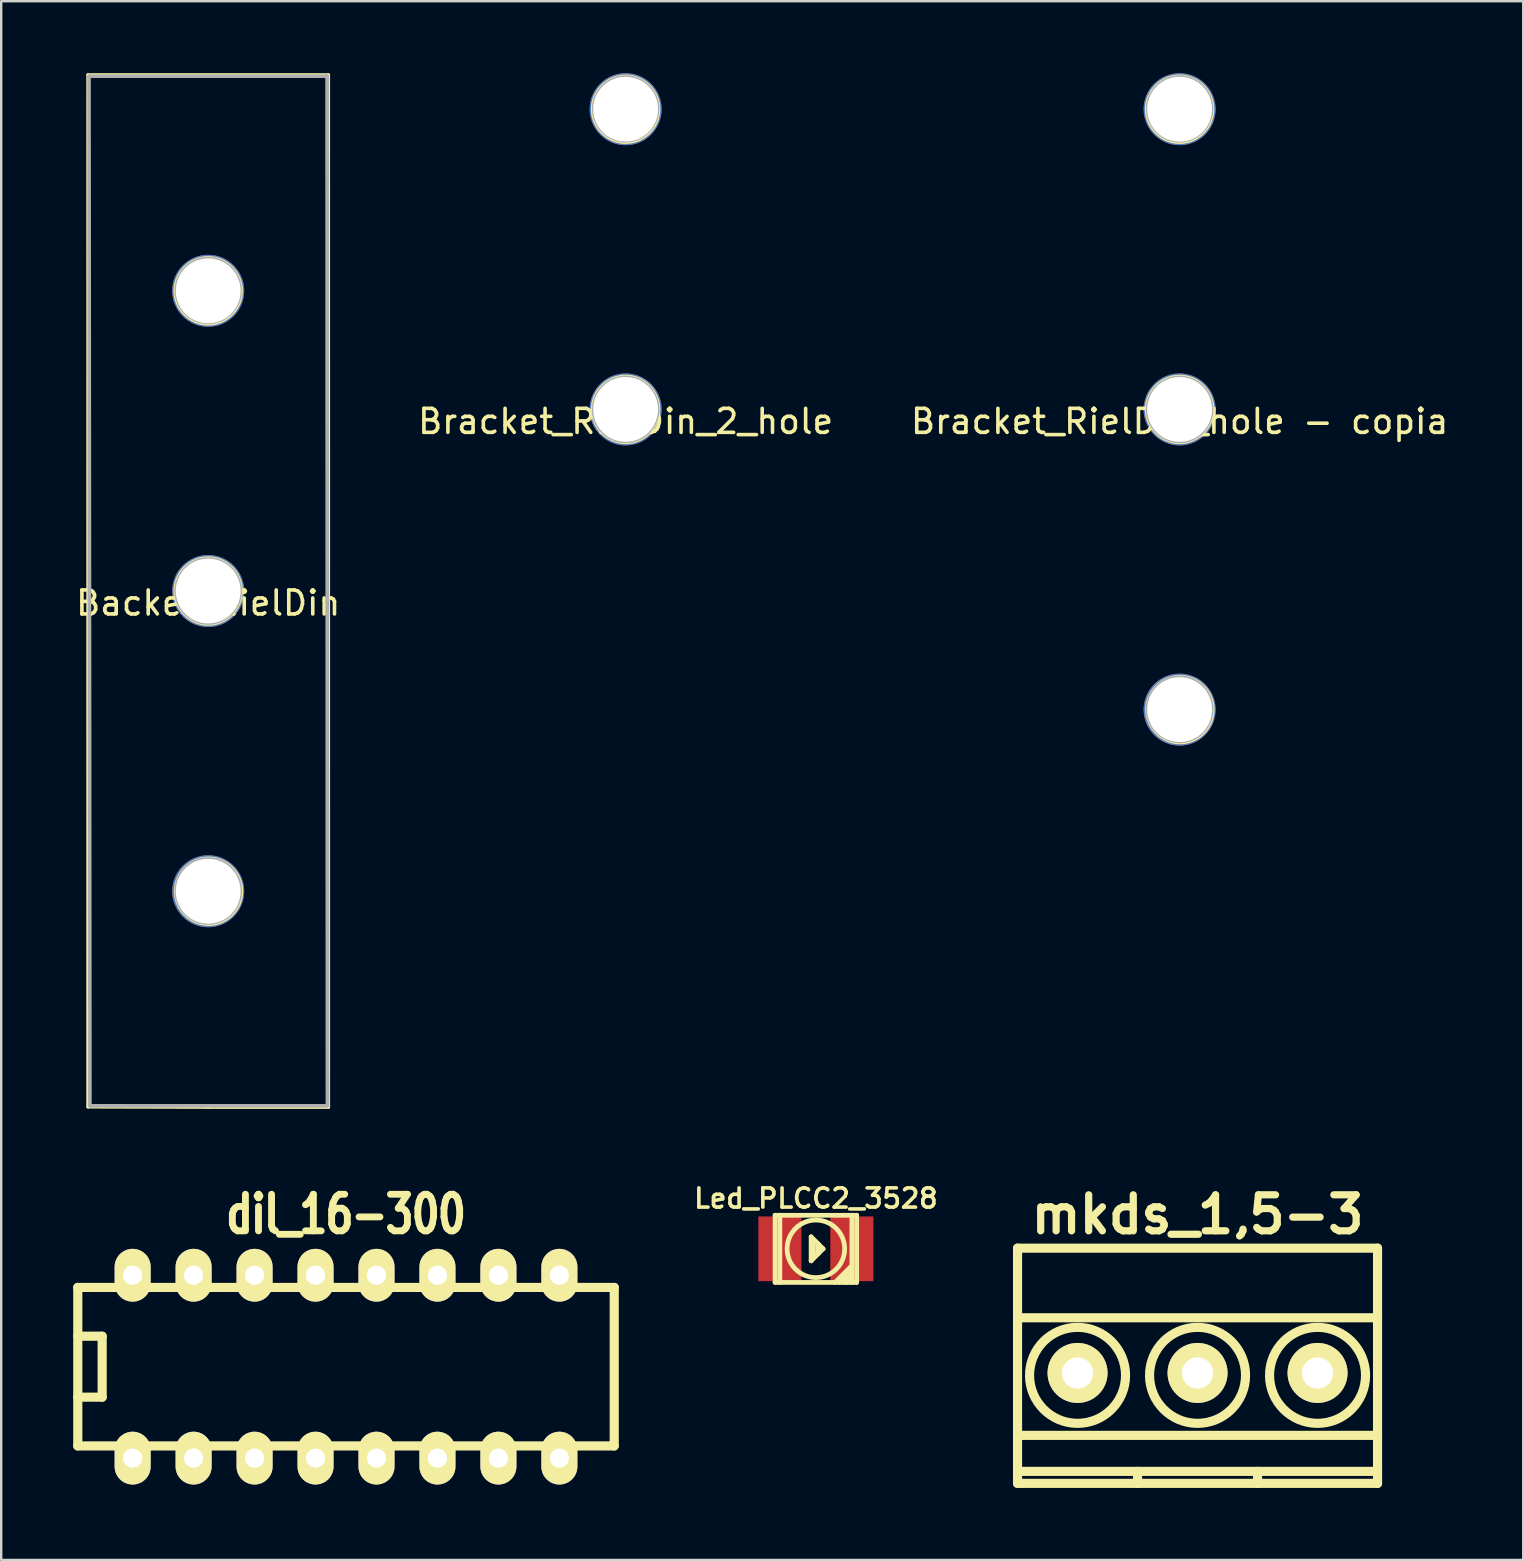
<source format=kicad_pcb>
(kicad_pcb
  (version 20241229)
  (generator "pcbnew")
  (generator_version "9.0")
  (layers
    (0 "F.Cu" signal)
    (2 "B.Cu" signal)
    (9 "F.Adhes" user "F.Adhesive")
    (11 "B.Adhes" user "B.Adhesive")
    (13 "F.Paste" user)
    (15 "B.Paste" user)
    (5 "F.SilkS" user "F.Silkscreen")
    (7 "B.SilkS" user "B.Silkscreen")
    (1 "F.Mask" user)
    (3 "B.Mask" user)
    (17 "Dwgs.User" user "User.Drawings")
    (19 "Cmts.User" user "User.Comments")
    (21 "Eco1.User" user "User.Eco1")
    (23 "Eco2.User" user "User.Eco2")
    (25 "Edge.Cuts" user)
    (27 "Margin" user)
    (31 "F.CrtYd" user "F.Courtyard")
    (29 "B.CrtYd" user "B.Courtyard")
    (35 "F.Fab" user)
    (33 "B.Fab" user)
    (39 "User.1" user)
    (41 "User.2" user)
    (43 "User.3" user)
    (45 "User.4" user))
  (footprint "Led_PLCC2_3528"
    (layer "F.Cu")
    (at 30.945 48.984)
    (property "Reference" "Led_PLCC2_3528" (at 0 -2.101 0) (layer "F.SilkS") (effects (font (size 0.8 0.8) (thickness 0.15))))
    (attr through_hole)
    (fp_line (start -1.699 -1.4) (end -1.699 1.4) (stroke (width 0.198) (type solid)) (layer "F.SilkS"))
    (fp_line (start -1.699 1.4) (end 1.699 1.4) (stroke (width 0.198) (type solid)) (layer "F.SilkS"))
    (fp_line (start -1.501 -1.4) (end -1.501 1.4) (stroke (width 0.198) (type solid)) (layer "F.SilkS"))
    (fp_line (start -0.198 -0.5) (end -0.198 0.5) (stroke (width 0.198) (type solid)) (layer "F.SilkS"))
    (fp_line (start -0.198 0.5) (end 0.3 0) (stroke (width 0.198) (type solid)) (layer "F.SilkS"))
    (fp_line (start -0.099 0.3) (end -0.099 -0.3) (stroke (width 0.198) (type solid)) (layer "F.SilkS"))
    (fp_line (start 0.099 0.201) (end 0.099 -0.201) (stroke (width 0.198) (type solid)) (layer "F.SilkS"))
    (fp_line (start 0.3 0) (end -0.198 -0.5) (stroke (width 0.198) (type solid)) (layer "F.SilkS"))
    (fp_line (start 0.8 1.4) (end 1.499 0.701) (stroke (width 0.198) (type solid)) (layer "F.SilkS"))
    (fp_line (start 0.998 1.4) (end 1.499 0.899) (stroke (width 0.198) (type solid)) (layer "F.SilkS"))
    (fp_line (start 1.199 1.4) (end 1.499 1.1) (stroke (width 0.198) (type solid)) (layer "F.SilkS"))
    (fp_line (start 1.499 1.199) (end 1.3 1.4) (stroke (width 0.198) (type solid)) (layer "F.SilkS"))
    (fp_line (start 1.501 1.4) (end 1.501 -1.4) (stroke (width 0.198) (type solid)) (layer "F.SilkS"))
    (fp_line (start 1.699 -1.397) (end -1.699 -1.397) (stroke (width 0.198) (type solid)) (layer "F.SilkS"))
    (fp_line (start 1.699 1.4) (end 1.699 -1.4) (stroke (width 0.198) (type solid)) (layer "F.SilkS"))
    (fp_circle (center 0 0) (end -1.199 0) (stroke (width 0.198) (type solid)) (fill no) (layer "F.SilkS"))
    (pad "1" smd rect (at -1.499 0) (size 1.796 2.697) (layers "F.Cu" "F.Mask" "F.Paste"))
    (pad "2" smd rect (at 1.499 0) (size 1.796 2.697) (layers "F.Cu" "F.Mask" "F.Paste")))
  (footprint "Backet_RielDin"
    (layer "F.Cu")
    (at 5.625 21.576)
    (property "Reference" "Backet_RielDin" (at 0 0.5 0) (layer "F.SilkS") (effects (font (size 1 1) (thickness 0.15))))
    (attr through_hole)
    (fp_line (start -5.004 -21.501) (end -5.004 21.488) (stroke (width 0.15) (type solid)) (layer "F.SilkS"))
    (fp_line (start -5.004 21.488) (end 0 21.501) (stroke (width 0.15) (type solid)) (layer "F.SilkS"))
    (fp_line (start 0 21.501) (end 5.004 21.501) (stroke (width 0.15) (type solid)) (layer "F.SilkS"))
    (fp_line (start 5.004 -21.501) (end -5.004 -21.501) (stroke (width 0.15) (type solid)) (layer "F.SilkS"))
    (fp_line (start 5.004 21.501) (end 5.004 -21.501) (stroke (width 0.15) (type solid)) (layer "F.SilkS"))
    (fp_circle (center 0 -12.509) (end 1.372 -12.471) (stroke (width 0.15) (type solid)) (fill no) (layer "F.SilkS"))
    (fp_circle (center 0 0) (end 1.372 0.038) (stroke (width 0.15) (type solid)) (fill no) (layer "F.SilkS"))
    (fp_circle (center 0.013 12.509) (end 1.384 12.509) (stroke (width 0.15) (type solid)) (fill no) (layer "F.SilkS"))
    (fp_line (start -4.966 -21.45) (end 4.953 -21.45) (stroke (width 0.15) (type solid)) (layer "F.Fab"))
    (fp_line (start -4.928 21.45) (end -4.966 -21.45) (stroke (width 0.15) (type solid)) (layer "F.Fab"))
    (fp_line (start 4.953 -21.463) (end 4.966 21.438) (stroke (width 0.15) (type solid)) (layer "F.Fab"))
    (fp_line (start 4.966 21.45) (end -4.928 21.45) (stroke (width 0.15) (type solid)) (layer "F.Fab"))
    (fp_circle (center 0 -12.522) (end 1.329 -12.522) (stroke (width 0.15) (type solid)) (fill no) (layer "F.Fab"))
    (fp_circle (center 0 0) (end 0.025 -0.013) (stroke (width 0.15) (type solid)) (fill no) (layer "F.Fab"))
    (fp_circle (center 0 0) (end 1.333 0) (stroke (width 0.15) (type solid)) (fill no) (layer "F.Fab"))
    (fp_circle (center 0 12.497) (end 1.337 12.497) (stroke (width 0.15) (type solid)) (fill no) (layer "F.Fab"))
    (pad "1" thru_hole circle (at 0 -12.509) (size 3 3) (drill 2.7) (layers "*.Cu" "*.Mask"))
    (pad "2" thru_hole circle (at 0 0) (size 3 3) (drill 2.7) (layers "*.Cu" "*.Mask"))
    (pad "3" thru_hole circle (at 0 12.509) (size 3 3) (drill 2.7) (layers "*.Cu" "*.Mask")))
  (footprint "dil_16-300"
    (layer "F.Cu")
    (at 11.367 53.895)
    (property "Reference" "dil_16-300" (at 0 -6.35 0) (layer "F.SilkS") (effects (font (size 1.524 1.143) (thickness 0.287))))
    (attr through_hole)
    (fp_line (start -11.176 -3.302) (end 11.176 -3.302) (stroke (width 0.381) (type solid)) (layer "F.SilkS"))
    (fp_line (start -11.176 3.302) (end -11.176 -3.302) (stroke (width 0.381) (type solid)) (layer "F.SilkS"))
    (fp_line (start -10.16 -1.27) (end -11.176 -1.27) (stroke (width 0.381) (type solid)) (layer "F.SilkS"))
    (fp_line (start -10.16 -1.27) (end -10.16 1.27) (stroke (width 0.381) (type solid)) (layer "F.SilkS"))
    (fp_line (start -10.16 1.27) (end -11.176 1.27) (stroke (width 0.381) (type solid)) (layer "F.SilkS"))
    (fp_line (start 11.176 -3.302) (end 11.176 3.302) (stroke (width 0.381) (type solid)) (layer "F.SilkS"))
    (fp_line (start 11.176 3.302) (end -11.176 3.302) (stroke (width 0.381) (type solid)) (layer "F.SilkS"))
    (pad "1" thru_hole oval (at -8.89 3.81) (size 1.501 2.2) (drill 0.8) (layers "*.Cu" "*.Mask" "F.SilkS"))
    (pad "2" thru_hole oval (at -6.35 3.81) (size 1.501 2.2) (drill 0.8) (layers "*.Cu" "*.Mask" "F.SilkS"))
    (pad "3" thru_hole oval (at -3.81 3.81) (size 1.501 2.2) (drill 0.8) (layers "*.Cu" "*.Mask" "F.SilkS"))
    (pad "4" thru_hole oval (at -1.27 3.81) (size 1.501 2.2) (drill 0.8) (layers "*.Cu" "*.Mask" "F.SilkS"))
    (pad "5" thru_hole oval (at 1.27 3.81) (size 1.501 2.2) (drill 0.8) (layers "*.Cu" "*.Mask" "F.SilkS"))
    (pad "6" thru_hole oval (at 3.81 3.81) (size 1.501 2.2) (drill 0.8) (layers "*.Cu" "*.Mask" "F.SilkS"))
    (pad "7" thru_hole oval (at 6.35 3.81) (size 1.501 2.2) (drill 0.8) (layers "*.Cu" "*.Mask" "F.SilkS"))
    (pad "8" thru_hole oval (at 8.89 3.81) (size 1.501 2.2) (drill 0.8) (layers "*.Cu" "*.Mask" "F.SilkS"))
    (pad "9" thru_hole oval (at 8.89 -3.81) (size 1.501 2.2) (drill 0.8) (layers "*.Cu" "*.Mask" "F.SilkS"))
    (pad "10" thru_hole oval (at 6.35 -3.81) (size 1.501 2.2) (drill 0.8) (layers "*.Cu" "*.Mask" "F.SilkS"))
    (pad "11" thru_hole oval (at 3.81 -3.81) (size 1.501 2.2) (drill 0.8) (layers "*.Cu" "*.Mask" "F.SilkS"))
    (pad "12" thru_hole oval (at 1.27 -3.81) (size 1.501 2.2) (drill 0.8) (layers "*.Cu" "*.Mask" "F.SilkS"))
    (pad "13" thru_hole oval (at -1.27 -3.81) (size 1.501 2.2) (drill 0.8) (layers "*.Cu" "*.Mask" "F.SilkS"))
    (pad "14" thru_hole oval (at -3.81 -3.81) (size 1.501 2.2) (drill 0.8) (layers "*.Cu" "*.Mask" "F.SilkS"))
    (pad "15" thru_hole oval (at -6.35 -3.81) (size 1.501 2.2) (drill 0.8) (layers "*.Cu" "*.Mask" "F.SilkS"))
    (pad "16" thru_hole oval (at -8.89 -3.81) (size 1.501 2.2) (drill 0.8) (layers "*.Cu" "*.Mask" "F.SilkS")))
  (footprint "Bracket_RielDin_2_hole"
    (layer "F.Cu")
    (at 23.018 14.009)
    (property "Reference" "Bracket_RielDin_2_hole" (at 0 0.5 0) (layer "F.SilkS") (effects (font (size 1 1) (thickness 0.15))))
    (attr through_hole)
    (fp_circle (center 0 -12.509) (end 1.372 -12.471) (stroke (width 0.15) (type solid)) (fill no) (layer "F.SilkS"))
    (fp_circle (center 0 0) (end 1.372 0.038) (stroke (width 0.15) (type solid)) (fill no) (layer "F.SilkS"))
    (fp_circle (center 0 -12.522) (end 1.329 -12.522) (stroke (width 0.15) (type solid)) (fill no) (layer "F.Fab"))
    (fp_circle (center 0 0) (end 0.025 -0.013) (stroke (width 0.15) (type solid)) (fill no) (layer "F.Fab"))
    (fp_circle (center 0 0) (end 1.333 0) (stroke (width 0.15) (type solid)) (fill no) (layer "F.Fab"))
    (pad "1" thru_hole circle (at 0 -12.509) (size 3 3) (drill 2.7) (layers "*.Cu" "*.Mask"))
    (pad "2" thru_hole circle (at 0 0) (size 3 3) (drill 2.7) (layers "*.Cu" "*.Mask")))
  (footprint "mkds_1,5-3"
    (layer "F.Cu")
    (at 46.848 54.156)
    (property "Reference" "mkds_1,5-3" (at 0 -6.6 0) (layer "F.SilkS") (effects (font (size 1.5 1.5) (thickness 0.3))))
    (attr through_hole)
    (fp_line (start -7.5 -5.2) (end -7.5 4.6) (stroke (width 0.381) (type solid)) (layer "F.SilkS"))
    (fp_line (start -7.5 -2.3) (end 7.5 -2.3) (stroke (width 0.381) (type solid)) (layer "F.SilkS"))
    (fp_line (start -7.5 2.6) (end 7.5 2.6) (stroke (width 0.381) (type solid)) (layer "F.SilkS"))
    (fp_line (start -7.5 4.1) (end 7.5 4.1) (stroke (width 0.381) (type solid)) (layer "F.SilkS"))
    (fp_line (start -7.5 4.6) (end 7.5 4.6) (stroke (width 0.381) (type solid)) (layer "F.SilkS"))
    (fp_line (start -2.5 4.1) (end -2.5 4.6) (stroke (width 0.381) (type solid)) (layer "F.SilkS"))
    (fp_line (start 2.5 4.1) (end 2.5 4.6) (stroke (width 0.381) (type solid)) (layer "F.SilkS"))
    (fp_line (start 7.5 -5.2) (end -7.5 -5.2) (stroke (width 0.381) (type solid)) (layer "F.SilkS"))
    (fp_line (start 7.5 4.6) (end 7.5 -5.2) (stroke (width 0.381) (type solid)) (layer "F.SilkS"))
    (fp_circle (center -5 0.1) (end -3 0.1) (stroke (width 0.381) (type solid)) (fill no) (layer "F.SilkS"))
    (fp_circle (center 0 0.1) (end -2 0.1) (stroke (width 0.381) (type solid)) (fill no) (layer "F.SilkS"))
    (fp_circle (center 5 0.1) (end 3 0.1) (stroke (width 0.381) (type solid)) (fill no) (layer "F.SilkS"))
    (pad "1" thru_hole circle (at -5 0) (size 2.5 2.5) (drill 1.3) (layers "*.Cu" "*.Mask" "F.SilkS"))
    (pad "2" thru_hole circle (at 0 0) (size 2.5 2.5) (drill 1.3) (layers "*.Cu" "*.Mask" "F.SilkS"))
    (pad "3" thru_hole circle (at 5 0) (size 2.5 2.5) (drill 1.3) (layers "*.Cu" "*.Mask" "F.SilkS")))
  (footprint "Bracket_RielDin_hole - copia"
    (layer "F.Cu")
    (at 46.101 14.009)
    (property "Reference" "Bracket_RielDin_hole - copia" (at 0 0.5 0) (layer "F.SilkS") (effects (font (size 1 1) (thickness 0.15))))
    (attr through_hole)
    (fp_circle (center 0 -12.509) (end 1.372 -12.471) (stroke (width 0.15) (type solid)) (fill no) (layer "F.SilkS"))
    (fp_circle (center 0 0) (end 1.372 0.038) (stroke (width 0.15) (type solid)) (fill no) (layer "F.SilkS"))
    (fp_circle (center 0.013 12.509) (end 1.384 12.509) (stroke (width 0.15) (type solid)) (fill no) (layer "F.SilkS"))
    (fp_circle (center 0 -12.522) (end 1.329 -12.522) (stroke (width 0.15) (type solid)) (fill no) (layer "F.Fab"))
    (fp_circle (center 0 0) (end 0.025 -0.013) (stroke (width 0.15) (type solid)) (fill no) (layer "F.Fab"))
    (fp_circle (center 0 0) (end 1.333 0) (stroke (width 0.15) (type solid)) (fill no) (layer "F.Fab"))
    (fp_circle (center 0 12.497) (end 1.337 12.497) (stroke (width 0.15) (type solid)) (fill no) (layer "F.Fab"))
    (pad "1" thru_hole circle (at 0 -12.509) (size 3 3) (drill 2.7) (layers "*.Cu" "*.Mask"))
    (pad "2" thru_hole circle (at 0 0) (size 3 3) (drill 2.7) (layers "*.Cu" "*.Mask"))
    (pad "3" thru_hole circle (at 0 12.509) (size 3 3) (drill 2.7) (layers "*.Cu" "*.Mask")))
  (gr_rect
    (start -3 -3)
    (end 60.417 61.947)
    (stroke (width 0.1) (type default))
    (fill no)
    (layer "Edge.Cuts")))
</source>
